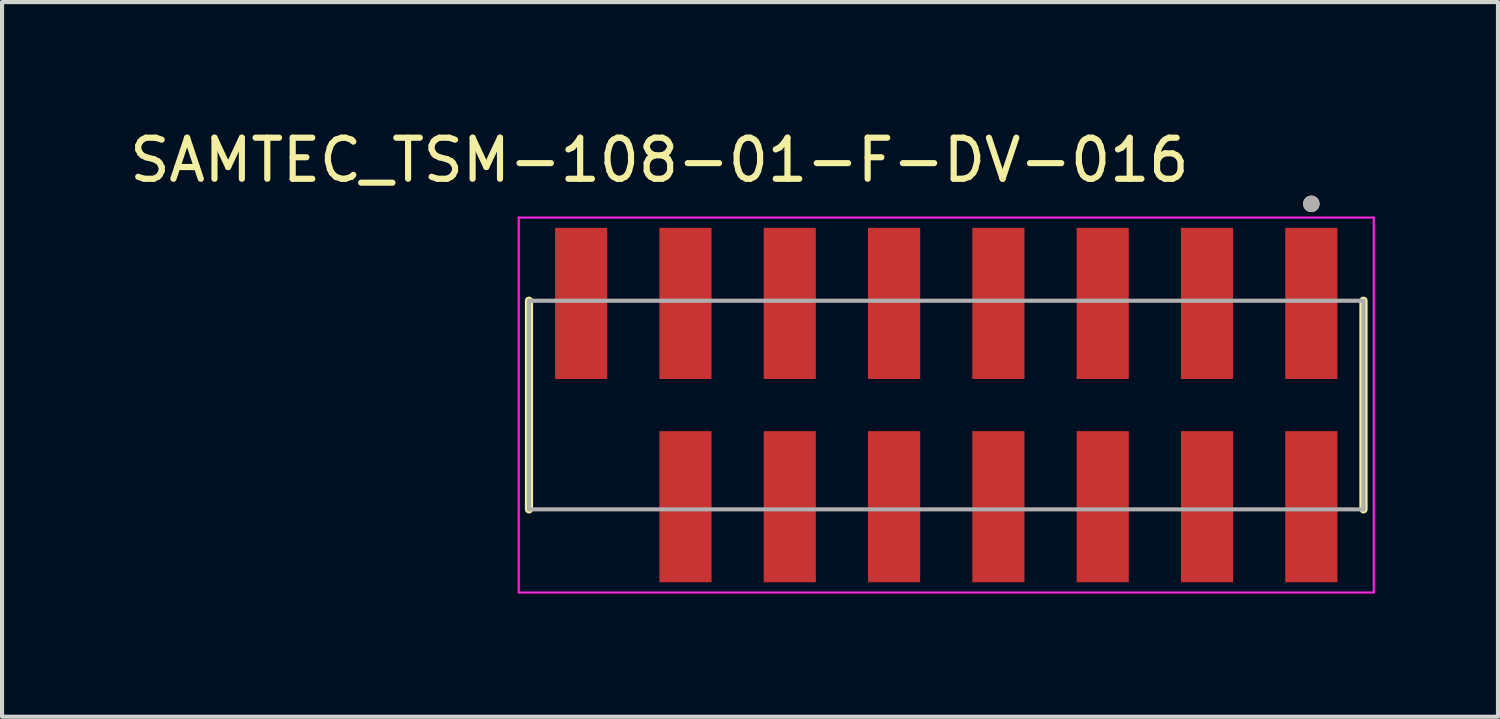
<source format=kicad_pcb>
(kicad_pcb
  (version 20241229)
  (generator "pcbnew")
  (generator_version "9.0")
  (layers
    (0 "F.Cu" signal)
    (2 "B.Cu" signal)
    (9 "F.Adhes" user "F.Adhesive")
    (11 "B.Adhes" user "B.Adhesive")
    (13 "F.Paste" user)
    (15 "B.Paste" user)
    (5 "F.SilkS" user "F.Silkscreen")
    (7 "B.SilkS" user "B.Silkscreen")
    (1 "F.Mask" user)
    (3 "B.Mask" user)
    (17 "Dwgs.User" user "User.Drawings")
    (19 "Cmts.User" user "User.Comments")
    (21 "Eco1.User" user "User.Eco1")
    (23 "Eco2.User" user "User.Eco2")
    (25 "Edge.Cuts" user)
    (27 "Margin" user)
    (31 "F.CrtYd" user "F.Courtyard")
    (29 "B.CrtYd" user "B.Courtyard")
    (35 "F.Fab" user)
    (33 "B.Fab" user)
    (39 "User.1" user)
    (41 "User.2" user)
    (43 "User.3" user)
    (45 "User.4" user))
  (footprint "SAMTEC_TSM-108-01-F-DV-016"
    (layer "F.Cu")
    (at 19.991 6.813)
    (property "Reference" "SAMTEC_TSM-108-01-F-DV-016" (at -6.985 -5.965 0) (layer "F.SilkS") (effects (font (size 1 1) (thickness 0.15))))
    (attr through_hole)
    (fp_line (start -10.16 2.54) (end -10.16 -2.54) (stroke (width 0.2) (type solid)) (layer "F.SilkS"))
    (fp_line (start 10.16 -2.54) (end 10.16 2.54) (stroke (width 0.2) (type solid)) (layer "F.SilkS"))
    (fp_circle (center 8.89 -4.9) (end 8.99 -4.9) (stroke (width 0.2) (type solid)) (fill no) (layer "F.SilkS"))
    (fp_line (start -10.41 -4.565) (end 10.41 -4.565) (stroke (width 0.05) (type solid)) (layer "F.CrtYd"))
    (fp_line (start -10.41 4.565) (end -10.41 -4.565) (stroke (width 0.05) (type solid)) (layer "F.CrtYd"))
    (fp_line (start 10.41 -4.565) (end 10.41 4.565) (stroke (width 0.05) (type solid)) (layer "F.CrtYd"))
    (fp_line (start 10.41 4.565) (end -10.41 4.565) (stroke (width 0.05) (type solid)) (layer "F.CrtYd"))
    (fp_line (start -10.16 -2.54) (end 10.16 -2.54) (stroke (width 0.1) (type solid)) (layer "F.Fab"))
    (fp_line (start -10.16 2.54) (end -10.16 -2.54) (stroke (width 0.1) (type solid)) (layer "F.Fab"))
    (fp_line (start 10.16 -2.54) (end 10.16 2.54) (stroke (width 0.1) (type solid)) (layer "F.Fab"))
    (fp_line (start 10.16 2.54) (end -10.16 2.54) (stroke (width 0.1) (type solid)) (layer "F.Fab"))
    (fp_circle (center 8.89 -4.9) (end 8.99 -4.9) (stroke (width 0.2) (type solid)) (fill no) (layer "F.Fab"))
    (pad "01" smd rect (at 8.89 -2.475) (size 1.27 3.68) (layers "F.Cu" "F.Mask" "F.Paste"))
    (pad "02" smd rect (at 8.89 2.475) (size 1.27 3.68) (layers "F.Cu" "F.Mask" "F.Paste"))
    (pad "03" smd rect (at 6.35 -2.475) (size 1.27 3.68) (layers "F.Cu" "F.Mask" "F.Paste"))
    (pad "04" smd rect (at 6.35 2.475) (size 1.27 3.68) (layers "F.Cu" "F.Mask" "F.Paste"))
    (pad "05" smd rect (at 3.81 -2.475) (size 1.27 3.68) (layers "F.Cu" "F.Mask" "F.Paste"))
    (pad "06" smd rect (at 3.81 2.475) (size 1.27 3.68) (layers "F.Cu" "F.Mask" "F.Paste"))
    (pad "07" smd rect (at 1.27 -2.475) (size 1.27 3.68) (layers "F.Cu" "F.Mask" "F.Paste"))
    (pad "08" smd rect (at 1.27 2.475) (size 1.27 3.68) (layers "F.Cu" "F.Mask" "F.Paste"))
    (pad "09" smd rect (at -1.27 -2.475) (size 1.27 3.68) (layers "F.Cu" "F.Mask" "F.Paste"))
    (pad "10" smd rect (at -1.27 2.475) (size 1.27 3.68) (layers "F.Cu" "F.Mask" "F.Paste"))
    (pad "11" smd rect (at -3.81 -2.475) (size 1.27 3.68) (layers "F.Cu" "F.Mask" "F.Paste"))
    (pad "12" smd rect (at -3.81 2.475) (size 1.27 3.68) (layers "F.Cu" "F.Mask" "F.Paste"))
    (pad "13" smd rect (at -6.35 -2.475) (size 1.27 3.68) (layers "F.Cu" "F.Mask" "F.Paste"))
    (pad "14" smd rect (at -6.35 2.475) (size 1.27 3.68) (layers "F.Cu" "F.Mask" "F.Paste"))
    (pad "15" smd rect (at -8.89 -2.475) (size 1.27 3.68) (layers "F.Cu" "F.Mask" "F.Paste")))
  (gr_rect
    (start -3 -3)
    (end 33.426 14.403)
    (stroke (width 0.1) (type default))
    (fill no)
    (layer "Edge.Cuts")))
</source>
